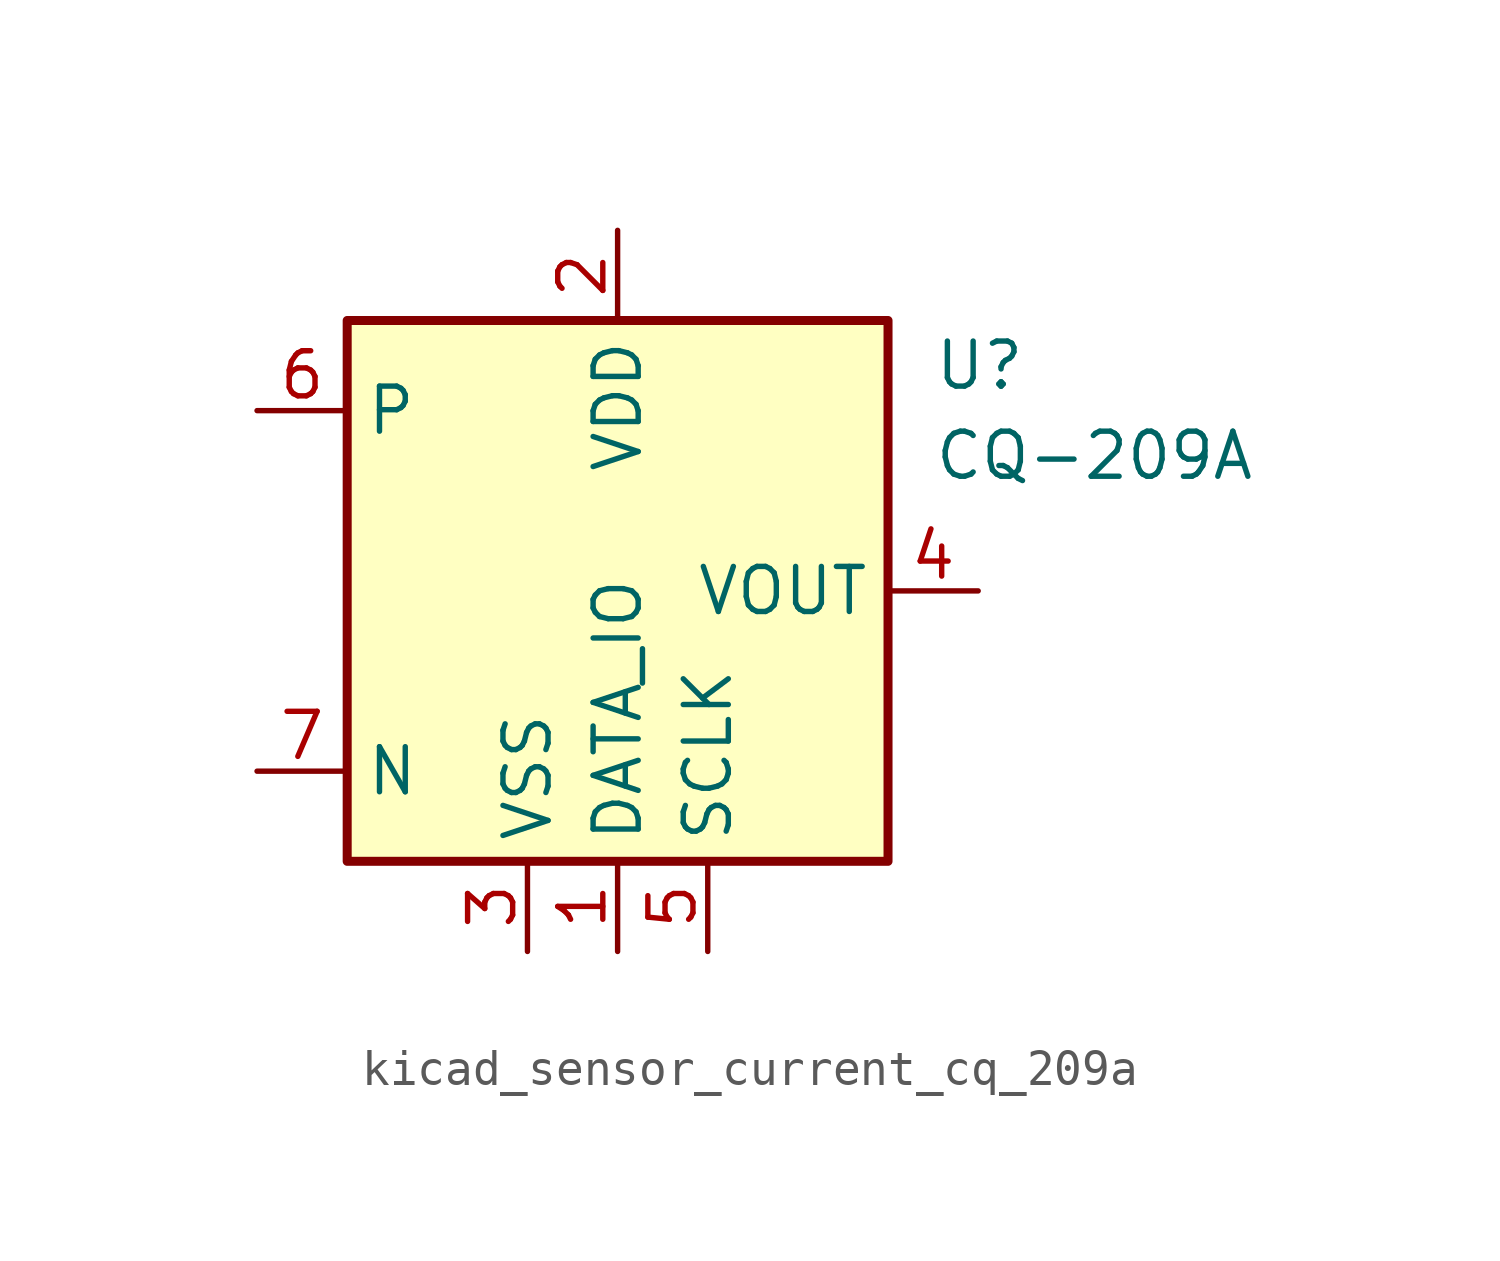
<source format=kicad_sym>
(kicad_symbol_lib
  (version 20220914)
  (generator kicad_symbol_editor)
  (symbol "kicad_sensor_current_cq_209a"
    (property "Reference" "U"
      (at 8.89 6.35 0)
      (effects (font (size 1.27 1.27)) (justify left)))
    (property "Value" "CQ-209A"
      (at 8.89 3.81 0)
      (effects (font (size 1.27 1.27)) (justify left)))
    (symbol "kicad_sensor_current_cq_209a_0_1"
      (rectangle (start -7.62 7.62) (end 7.62 -7.62) (stroke (width 0.254) (type default)) (fill (type background))))
    (symbol "kicad_sensor_current_cq_209a_1_1"
      (pin power_in line (at 0 -10.16 90) (length 2.54) (name "DATA_IO" (effects (font (size 1.27 1.27)))) (number "1" (effects (font (size 1.27 1.27)))))
      (pin power_in line (at 0 10.16 270) (length 2.54) (name "VDD" (effects (font (size 1.27 1.27)))) (number "2" (effects (font (size 1.27 1.27)))))
      (pin power_in line (at -2.54 -10.16 90) (length 2.54) (name "VSS" (effects (font (size 1.27 1.27)))) (number "3" (effects (font (size 1.27 1.27)))))
      (pin output line (at 10.16 0 180) (length 2.54) (name "VOUT" (effects (font (size 1.27 1.27)))) (number "4" (effects (font (size 1.27 1.27)))))
      (pin power_in line (at 2.54 -10.16 90) (length 2.54) (name "SCLK" (effects (font (size 1.27 1.27)))) (number "5" (effects (font (size 1.27 1.27)))))
      (pin passive line (at -10.16 5.08 0) (length 2.54) (name "P" (effects (font (size 1.27 1.27)))) (number "6" (effects (font (size 1.27 1.27)))))
      (pin passive line (at -10.16 -5.08 0) (length 2.54) (name "N" (effects (font (size 1.27 1.27)))) (number "7" (effects (font (size 1.27 1.27))))))))
</source>
